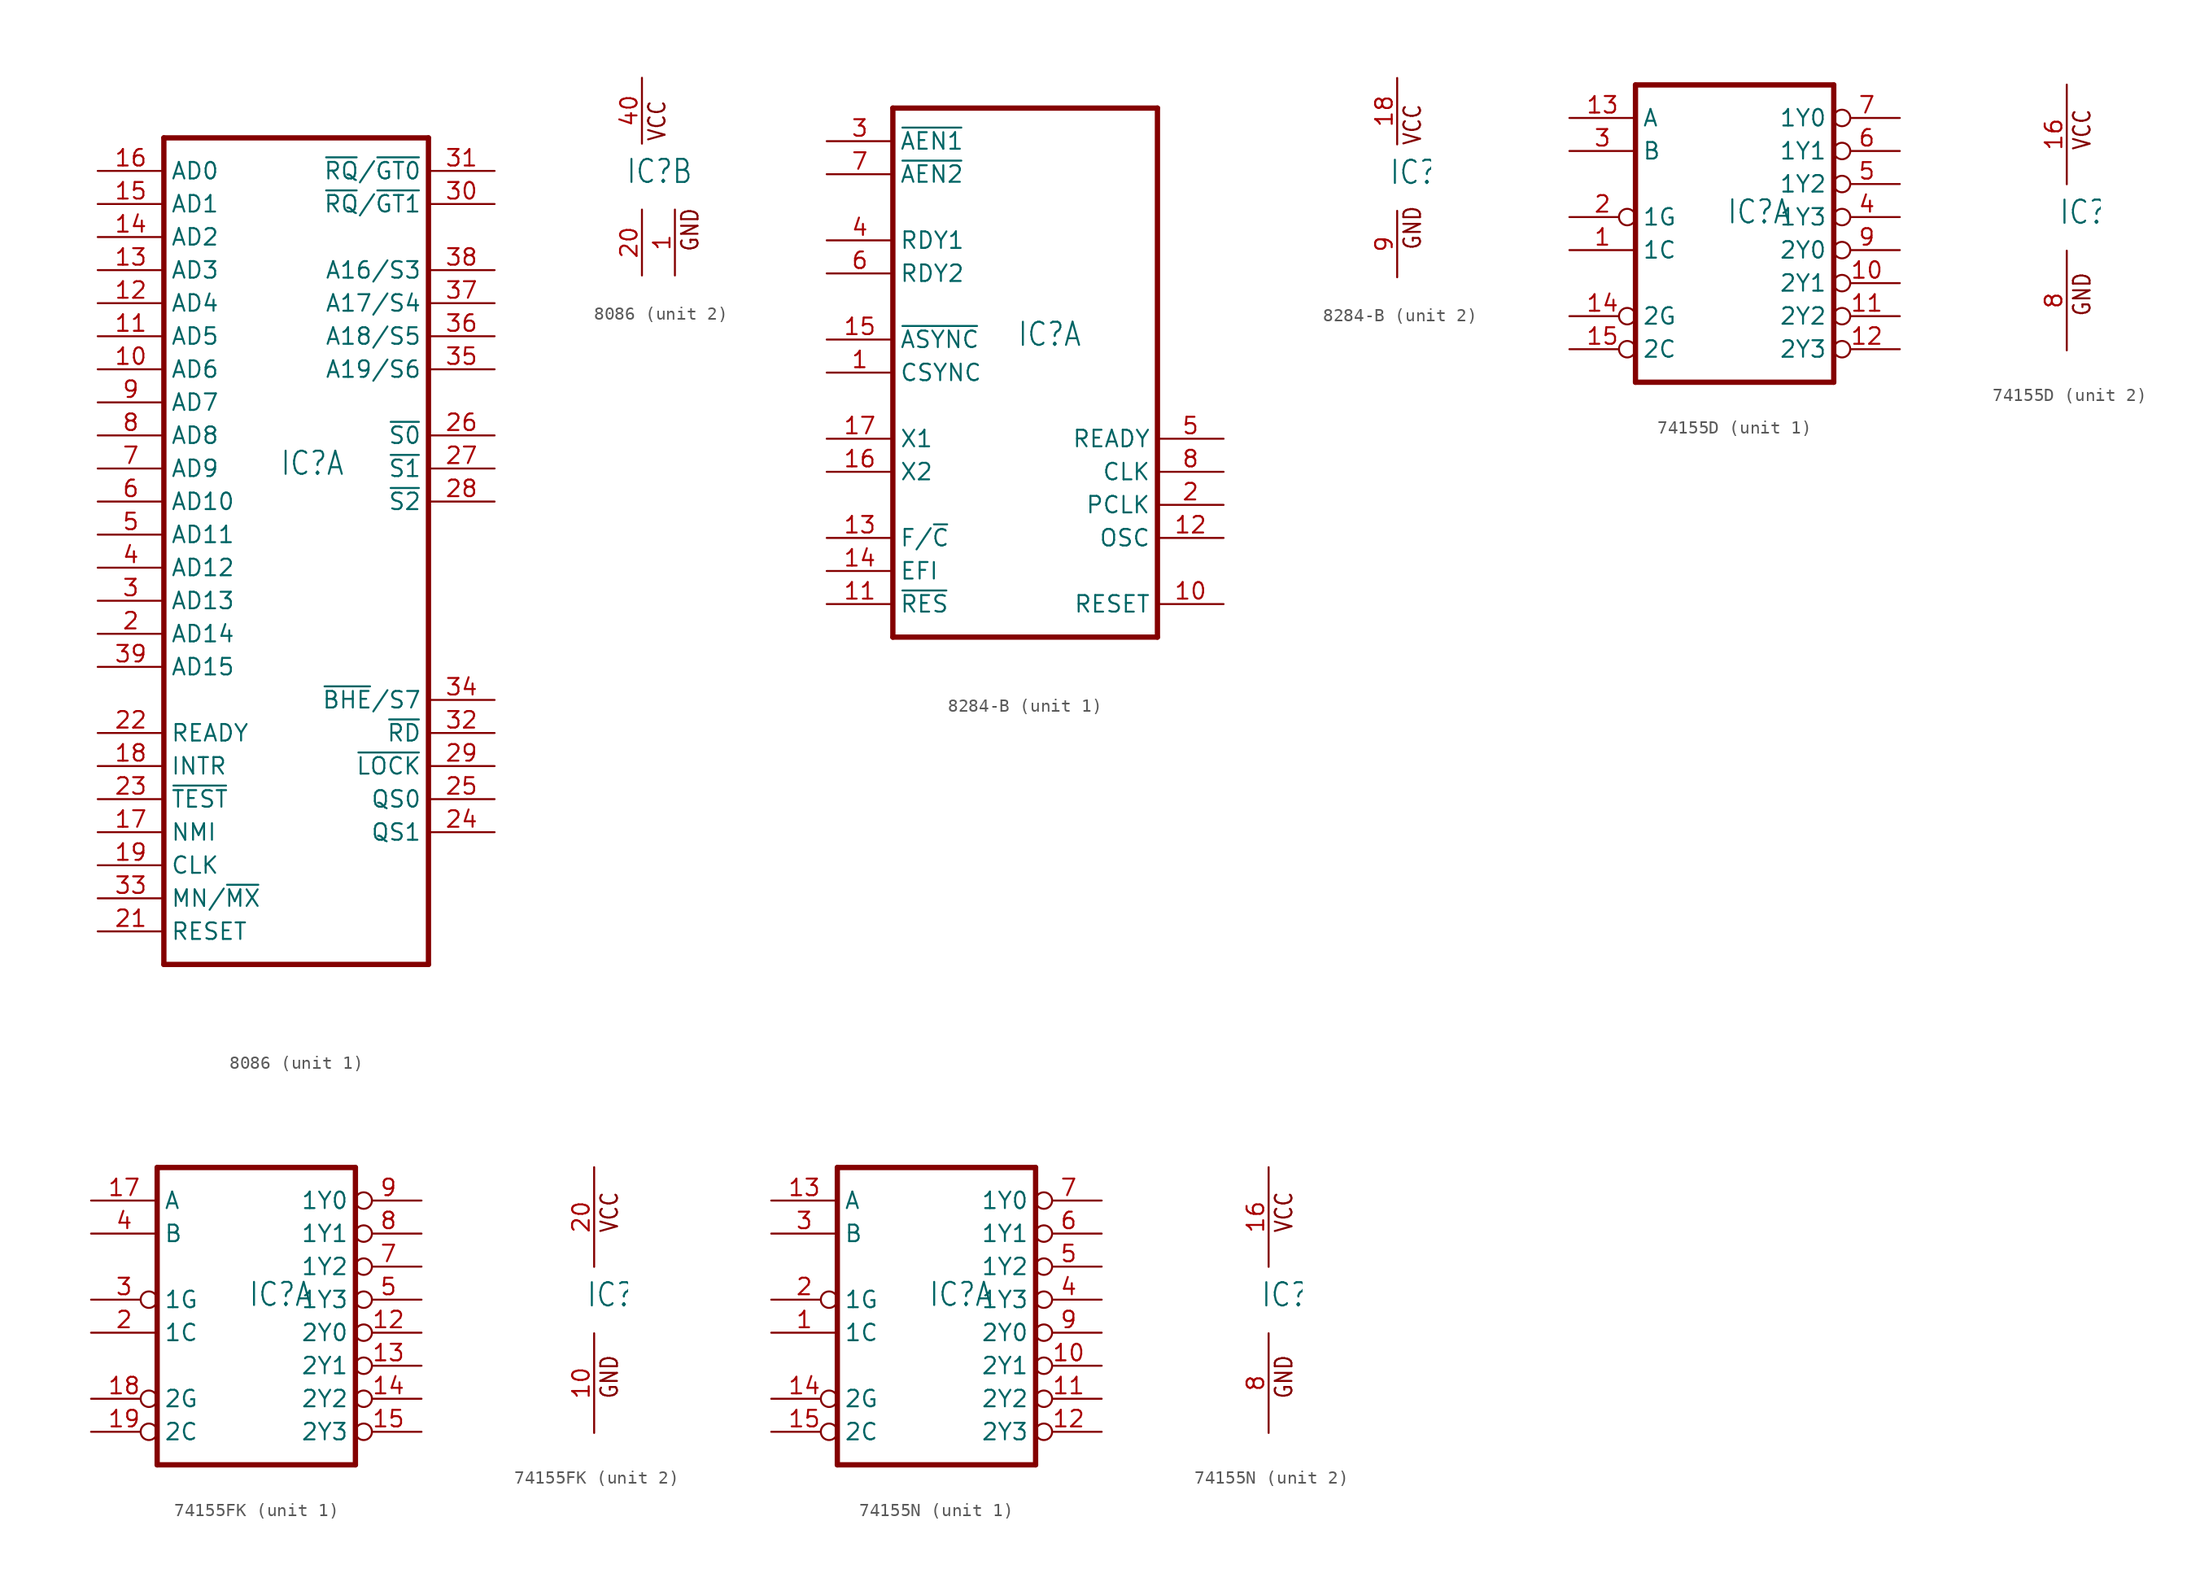
<source format=kicad_sym>
(kicad_symbol_lib
  (version 20231120)
  (generator "kicad_symbol_editor")
  (generator_version "8.0")
  (symbol "8086"
    (property "Reference" "IC"
      (at -1.27 -0.635 0)
      (effects (font (size 1.778 1.511)) (justify left bottom)))
    (property "ki_locked" ""
      (at 0 0 0)
      (effects (font (size 1.27 1.27))))
    (symbol "8086_1_0"
      (polyline (pts (xy -10.16 -38.1) (xy -10.16 25.4)) (stroke (width 0.406) (type solid)) (fill (type none)))
      (polyline (pts (xy -10.16 25.4) (xy 10.16 25.4)) (stroke (width 0.406) (type solid)) (fill (type none)))
      (polyline (pts (xy 10.16 -38.1) (xy -10.16 -38.1)) (stroke (width 0.406) (type solid)) (fill (type none)))
      (polyline (pts (xy 10.16 25.4) (xy 10.16 -38.1)) (stroke (width 0.406) (type solid)) (fill (type none)))
      (pin bidirectional line (at -15.24 7.62 0) (length 5.08) (name "AD6" (effects (font (size 1.27 1.27)))) (number "10" (effects (font (size 1.27 1.27)))))
      (pin bidirectional line (at -15.24 10.16 0) (length 5.08) (name "AD5" (effects (font (size 1.27 1.27)))) (number "11" (effects (font (size 1.27 1.27)))))
      (pin bidirectional line (at -15.24 12.7 0) (length 5.08) (name "AD4" (effects (font (size 1.27 1.27)))) (number "12" (effects (font (size 1.27 1.27)))))
      (pin bidirectional line (at -15.24 15.24 0) (length 5.08) (name "AD3" (effects (font (size 1.27 1.27)))) (number "13" (effects (font (size 1.27 1.27)))))
      (pin bidirectional line (at -15.24 17.78 0) (length 5.08) (name "AD2" (effects (font (size 1.27 1.27)))) (number "14" (effects (font (size 1.27 1.27)))))
      (pin bidirectional line (at -15.24 20.32 0) (length 5.08) (name "AD1" (effects (font (size 1.27 1.27)))) (number "15" (effects (font (size 1.27 1.27)))))
      (pin bidirectional line (at -15.24 22.86 0) (length 5.08) (name "AD0" (effects (font (size 1.27 1.27)))) (number "16" (effects (font (size 1.27 1.27)))))
      (pin input line (at -15.24 -27.94 0) (length 5.08) (name "NMI" (effects (font (size 1.27 1.27)))) (number "17" (effects (font (size 1.27 1.27)))))
      (pin input line (at -15.24 -22.86 0) (length 5.08) (name "INTR" (effects (font (size 1.27 1.27)))) (number "18" (effects (font (size 1.27 1.27)))))
      (pin input line (at -15.24 -30.48 0) (length 5.08) (name "CLK" (effects (font (size 1.27 1.27)))) (number "19" (effects (font (size 1.27 1.27)))))
      (pin bidirectional line (at -15.24 -12.7 0) (length 5.08) (name "AD14" (effects (font (size 1.27 1.27)))) (number "2" (effects (font (size 1.27 1.27)))))
      (pin input line (at -15.24 -35.56 0) (length 5.08) (name "RESET" (effects (font (size 1.27 1.27)))) (number "21" (effects (font (size 1.27 1.27)))))
      (pin input line (at -15.24 -20.32 0) (length 5.08) (name "READY" (effects (font (size 1.27 1.27)))) (number "22" (effects (font (size 1.27 1.27)))))
      (pin input line (at -15.24 -25.4 0) (length 5.08) (name "~{TEST}" (effects (font (size 1.27 1.27)))) (number "23" (effects (font (size 1.27 1.27)))))
      (pin output line (at 15.24 -27.94 180) (length 5.08) (name "QS1" (effects (font (size 1.27 1.27)))) (number "24" (effects (font (size 1.27 1.27)))))
      (pin output line (at 15.24 -25.4 180) (length 5.08) (name "QS0" (effects (font (size 1.27 1.27)))) (number "25" (effects (font (size 1.27 1.27)))))
      (pin output line (at 15.24 2.54 180) (length 5.08) (name "~{S0}" (effects (font (size 1.27 1.27)))) (number "26" (effects (font (size 1.27 1.27)))))
      (pin output line (at 15.24 0 180) (length 5.08) (name "~{S1}" (effects (font (size 1.27 1.27)))) (number "27" (effects (font (size 1.27 1.27)))))
      (pin output line (at 15.24 -2.54 180) (length 5.08) (name "~{S2}" (effects (font (size 1.27 1.27)))) (number "28" (effects (font (size 1.27 1.27)))))
      (pin output line (at 15.24 -22.86 180) (length 5.08) (name "~{LOCK}" (effects (font (size 1.27 1.27)))) (number "29" (effects (font (size 1.27 1.27)))))
      (pin bidirectional line (at -15.24 -10.16 0) (length 5.08) (name "AD13" (effects (font (size 1.27 1.27)))) (number "3" (effects (font (size 1.27 1.27)))))
      (pin bidirectional line (at 15.24 20.32 180) (length 5.08) (name "~{RQ}/~{GT1}" (effects (font (size 1.27 1.27)))) (number "30" (effects (font (size 1.27 1.27)))))
      (pin bidirectional line (at 15.24 22.86 180) (length 5.08) (name "~{RQ}/~{GT0}" (effects (font (size 1.27 1.27)))) (number "31" (effects (font (size 1.27 1.27)))))
      (pin output line (at 15.24 -20.32 180) (length 5.08) (name "~{RD}" (effects (font (size 1.27 1.27)))) (number "32" (effects (font (size 1.27 1.27)))))
      (pin input line (at -15.24 -33.02 0) (length 5.08) (name "MN/~{MX}" (effects (font (size 1.27 1.27)))) (number "33" (effects (font (size 1.27 1.27)))))
      (pin output line (at 15.24 -17.78 180) (length 5.08) (name "~{BHE}/S7" (effects (font (size 1.27 1.27)))) (number "34" (effects (font (size 1.27 1.27)))))
      (pin output line (at 15.24 7.62 180) (length 5.08) (name "A19/S6" (effects (font (size 1.27 1.27)))) (number "35" (effects (font (size 1.27 1.27)))))
      (pin output line (at 15.24 10.16 180) (length 5.08) (name "A18/S5" (effects (font (size 1.27 1.27)))) (number "36" (effects (font (size 1.27 1.27)))))
      (pin output line (at 15.24 12.7 180) (length 5.08) (name "A17/S4" (effects (font (size 1.27 1.27)))) (number "37" (effects (font (size 1.27 1.27)))))
      (pin output line (at 15.24 15.24 180) (length 5.08) (name "A16/S3" (effects (font (size 1.27 1.27)))) (number "38" (effects (font (size 1.27 1.27)))))
      (pin bidirectional line (at -15.24 -15.24 0) (length 5.08) (name "AD15" (effects (font (size 1.27 1.27)))) (number "39" (effects (font (size 1.27 1.27)))))
      (pin bidirectional line (at -15.24 -7.62 0) (length 5.08) (name "AD12" (effects (font (size 1.27 1.27)))) (number "4" (effects (font (size 1.27 1.27)))))
      (pin bidirectional line (at -15.24 -5.08 0) (length 5.08) (name "AD11" (effects (font (size 1.27 1.27)))) (number "5" (effects (font (size 1.27 1.27)))))
      (pin bidirectional line (at -15.24 -2.54 0) (length 5.08) (name "AD10" (effects (font (size 1.27 1.27)))) (number "6" (effects (font (size 1.27 1.27)))))
      (pin bidirectional line (at -15.24 0 0) (length 5.08) (name "AD9" (effects (font (size 1.27 1.27)))) (number "7" (effects (font (size 1.27 1.27)))))
      (pin bidirectional line (at -15.24 2.54 0) (length 5.08) (name "AD8" (effects (font (size 1.27 1.27)))) (number "8" (effects (font (size 1.27 1.27)))))
      (pin bidirectional line (at -15.24 5.08 0) (length 5.08) (name "AD7" (effects (font (size 1.27 1.27)))) (number "9" (effects (font (size 1.27 1.27))))))
    (symbol "8086_2_0"
      (text "GND" (at 4.445 -5.842 900) (effects (font (size 1.27 1.079)) (justify left bottom)))
      (text "VCC" (at 1.905 2.667 900) (effects (font (size 1.27 1.079)) (justify left bottom)))
      (pin power_in line (at 2.54 -7.62 90) (length 5.08) (name "GND@1" (effects (font (size 0 0)))) (number "1" (effects (font (size 1.27 1.27)))))
      (pin power_in line (at 0 -7.62 90) (length 5.08) (name "GND" (effects (font (size 0 0)))) (number "20" (effects (font (size 1.27 1.27)))))
      (pin power_in line (at 0 7.62 270) (length 5.08) (name "VCC" (effects (font (size 0 0)))) (number "40" (effects (font (size 1.27 1.27)))))))
  (symbol "8284-B"
    (property "Reference" "IC"
      (at -0.635 -0.635 0)
      (effects (font (size 1.778 1.511)) (justify left bottom)))
    (property "ki_locked" ""
      (at 0 0 0)
      (effects (font (size 1.27 1.27))))
    (symbol "8284-B_1_0"
      (polyline (pts (xy -10.16 -22.86) (xy 10.16 -22.86)) (stroke (width 0.406) (type solid)) (fill (type none)))
      (polyline (pts (xy -10.16 17.78) (xy -10.16 -22.86)) (stroke (width 0.406) (type solid)) (fill (type none)))
      (polyline (pts (xy 10.16 -22.86) (xy 10.16 17.78)) (stroke (width 0.406) (type solid)) (fill (type none)))
      (polyline (pts (xy 10.16 17.78) (xy -10.16 17.78)) (stroke (width 0.406) (type solid)) (fill (type none)))
      (pin input line (at -15.24 -2.54 0) (length 5.08) (name "CSYNC" (effects (font (size 1.27 1.27)))) (number "1" (effects (font (size 1.27 1.27)))))
      (pin output line (at 15.24 -20.32 180) (length 5.08) (name "RESET" (effects (font (size 1.27 1.27)))) (number "10" (effects (font (size 1.27 1.27)))))
      (pin input line (at -15.24 -20.32 0) (length 5.08) (name "~{RES}" (effects (font (size 1.27 1.27)))) (number "11" (effects (font (size 1.27 1.27)))))
      (pin output line (at 15.24 -15.24 180) (length 5.08) (name "OSC" (effects (font (size 1.27 1.27)))) (number "12" (effects (font (size 1.27 1.27)))))
      (pin input line (at -15.24 -15.24 0) (length 5.08) (name "F/~{C}" (effects (font (size 1.27 1.27)))) (number "13" (effects (font (size 1.27 1.27)))))
      (pin input line (at -15.24 -17.78 0) (length 5.08) (name "EFI" (effects (font (size 1.27 1.27)))) (number "14" (effects (font (size 1.27 1.27)))))
      (pin input line (at -15.24 0 0) (length 5.08) (name "~{ASYNC}" (effects (font (size 1.27 1.27)))) (number "15" (effects (font (size 1.27 1.27)))))
      (pin input line (at -15.24 -10.16 0) (length 5.08) (name "X2" (effects (font (size 1.27 1.27)))) (number "16" (effects (font (size 1.27 1.27)))))
      (pin input line (at -15.24 -7.62 0) (length 5.08) (name "X1" (effects (font (size 1.27 1.27)))) (number "17" (effects (font (size 1.27 1.27)))))
      (pin output line (at 15.24 -12.7 180) (length 5.08) (name "PCLK" (effects (font (size 1.27 1.27)))) (number "2" (effects (font (size 1.27 1.27)))))
      (pin input line (at -15.24 15.24 0) (length 5.08) (name "~{AEN1}" (effects (font (size 1.27 1.27)))) (number "3" (effects (font (size 1.27 1.27)))))
      (pin input line (at -15.24 7.62 0) (length 5.08) (name "RDY1" (effects (font (size 1.27 1.27)))) (number "4" (effects (font (size 1.27 1.27)))))
      (pin output line (at 15.24 -7.62 180) (length 5.08) (name "READY" (effects (font (size 1.27 1.27)))) (number "5" (effects (font (size 1.27 1.27)))))
      (pin input line (at -15.24 5.08 0) (length 5.08) (name "RDY2" (effects (font (size 1.27 1.27)))) (number "6" (effects (font (size 1.27 1.27)))))
      (pin input line (at -15.24 12.7 0) (length 5.08) (name "~{AEN2}" (effects (font (size 1.27 1.27)))) (number "7" (effects (font (size 1.27 1.27)))))
      (pin output line (at 15.24 -10.16 180) (length 5.08) (name "CLK" (effects (font (size 1.27 1.27)))) (number "8" (effects (font (size 1.27 1.27))))))
    (symbol "8284-B_2_0"
      (text "GND" (at 1.905 -5.588 900) (effects (font (size 1.27 1.079)) (justify left bottom)))
      (text "VCC" (at 1.905 2.413 900) (effects (font (size 1.27 1.079)) (justify left bottom)))
      (pin power_in line (at 0 7.62 270) (length 5.08) (name "VCC" (effects (font (size 0 0)))) (number "18" (effects (font (size 1.27 1.27)))))
      (pin power_in line (at 0 -7.62 90) (length 5.08) (name "GND" (effects (font (size 0 0)))) (number "9" (effects (font (size 1.27 1.27)))))))
  (symbol "74155D"
    (property "Reference" "IC"
      (at -0.635 -0.635 0)
      (effects (font (size 1.778 1.511)) (justify left bottom)))
    (property "ki_locked" ""
      (at 0 0 0)
      (effects (font (size 1.27 1.27))))
    (symbol "74155D_1_0"
      (polyline (pts (xy -7.62 -12.7) (xy 7.62 -12.7)) (stroke (width 0.406) (type solid)) (fill (type none)))
      (polyline (pts (xy -7.62 10.16) (xy -7.62 -12.7)) (stroke (width 0.406) (type solid)) (fill (type none)))
      (polyline (pts (xy 7.62 -12.7) (xy 7.62 10.16)) (stroke (width 0.406) (type solid)) (fill (type none)))
      (polyline (pts (xy 7.62 10.16) (xy -7.62 10.16)) (stroke (width 0.406) (type solid)) (fill (type none)))
      (pin input line (at -12.7 -2.54 0) (length 5.08) (name "1C" (effects (font (size 1.27 1.27)))) (number "1" (effects (font (size 1.27 1.27)))))
      (pin output inverted (at 12.7 -5.08 180) (length 5.08) (name "2Y1" (effects (font (size 1.27 1.27)))) (number "10" (effects (font (size 1.27 1.27)))))
      (pin output inverted (at 12.7 -7.62 180) (length 5.08) (name "2Y2" (effects (font (size 1.27 1.27)))) (number "11" (effects (font (size 1.27 1.27)))))
      (pin output inverted (at 12.7 -10.16 180) (length 5.08) (name "2Y3" (effects (font (size 1.27 1.27)))) (number "12" (effects (font (size 1.27 1.27)))))
      (pin input line (at -12.7 7.62 0) (length 5.08) (name "A" (effects (font (size 1.27 1.27)))) (number "13" (effects (font (size 1.27 1.27)))))
      (pin input inverted (at -12.7 -7.62 0) (length 5.08) (name "2G" (effects (font (size 1.27 1.27)))) (number "14" (effects (font (size 1.27 1.27)))))
      (pin input inverted (at -12.7 -10.16 0) (length 5.08) (name "2C" (effects (font (size 1.27 1.27)))) (number "15" (effects (font (size 1.27 1.27)))))
      (pin input inverted (at -12.7 0 0) (length 5.08) (name "1G" (effects (font (size 1.27 1.27)))) (number "2" (effects (font (size 1.27 1.27)))))
      (pin input line (at -12.7 5.08 0) (length 5.08) (name "B" (effects (font (size 1.27 1.27)))) (number "3" (effects (font (size 1.27 1.27)))))
      (pin output inverted (at 12.7 0 180) (length 5.08) (name "1Y3" (effects (font (size 1.27 1.27)))) (number "4" (effects (font (size 1.27 1.27)))))
      (pin output inverted (at 12.7 2.54 180) (length 5.08) (name "1Y2" (effects (font (size 1.27 1.27)))) (number "5" (effects (font (size 1.27 1.27)))))
      (pin output inverted (at 12.7 5.08 180) (length 5.08) (name "1Y1" (effects (font (size 1.27 1.27)))) (number "6" (effects (font (size 1.27 1.27)))))
      (pin output inverted (at 12.7 7.62 180) (length 5.08) (name "1Y0" (effects (font (size 1.27 1.27)))) (number "7" (effects (font (size 1.27 1.27)))))
      (pin output inverted (at 12.7 -2.54 180) (length 5.08) (name "2Y0" (effects (font (size 1.27 1.27)))) (number "9" (effects (font (size 1.27 1.27))))))
    (symbol "74155D_2_0"
      (text "GND" (at 1.905 -7.62 900) (effects (font (size 1.27 1.079)) (justify left bottom)))
      (text "VCC" (at 1.905 5.08 900) (effects (font (size 1.27 1.079)) (justify left bottom)))
      (pin power_in line (at 0 10.16 270) (length 7.62) (name "VCC" (effects (font (size 0 0)))) (number "16" (effects (font (size 1.27 1.27)))))
      (pin power_in line (at 0 -10.16 90) (length 7.62) (name "GND" (effects (font (size 0 0)))) (number "8" (effects (font (size 1.27 1.27)))))))
  (symbol "74155FK"
    (property "Reference" "IC"
      (at -0.635 -0.635 0)
      (effects (font (size 1.778 1.511)) (justify left bottom)))
    (property "ki_locked" ""
      (at 0 0 0)
      (effects (font (size 1.27 1.27))))
    (symbol "74155FK_1_0"
      (polyline (pts (xy -7.62 -12.7) (xy 7.62 -12.7)) (stroke (width 0.406) (type solid)) (fill (type none)))
      (polyline (pts (xy -7.62 10.16) (xy -7.62 -12.7)) (stroke (width 0.406) (type solid)) (fill (type none)))
      (polyline (pts (xy 7.62 -12.7) (xy 7.62 10.16)) (stroke (width 0.406) (type solid)) (fill (type none)))
      (polyline (pts (xy 7.62 10.16) (xy -7.62 10.16)) (stroke (width 0.406) (type solid)) (fill (type none)))
      (pin output inverted (at 12.7 -2.54 180) (length 5.08) (name "2Y0" (effects (font (size 1.27 1.27)))) (number "12" (effects (font (size 1.27 1.27)))))
      (pin output inverted (at 12.7 -5.08 180) (length 5.08) (name "2Y1" (effects (font (size 1.27 1.27)))) (number "13" (effects (font (size 1.27 1.27)))))
      (pin output inverted (at 12.7 -7.62 180) (length 5.08) (name "2Y2" (effects (font (size 1.27 1.27)))) (number "14" (effects (font (size 1.27 1.27)))))
      (pin output inverted (at 12.7 -10.16 180) (length 5.08) (name "2Y3" (effects (font (size 1.27 1.27)))) (number "15" (effects (font (size 1.27 1.27)))))
      (pin input line (at -12.7 7.62 0) (length 5.08) (name "A" (effects (font (size 1.27 1.27)))) (number "17" (effects (font (size 1.27 1.27)))))
      (pin input inverted (at -12.7 -7.62 0) (length 5.08) (name "2G" (effects (font (size 1.27 1.27)))) (number "18" (effects (font (size 1.27 1.27)))))
      (pin input inverted (at -12.7 -10.16 0) (length 5.08) (name "2C" (effects (font (size 1.27 1.27)))) (number "19" (effects (font (size 1.27 1.27)))))
      (pin input line (at -12.7 -2.54 0) (length 5.08) (name "1C" (effects (font (size 1.27 1.27)))) (number "2" (effects (font (size 1.27 1.27)))))
      (pin input inverted (at -12.7 0 0) (length 5.08) (name "1G" (effects (font (size 1.27 1.27)))) (number "3" (effects (font (size 1.27 1.27)))))
      (pin input line (at -12.7 5.08 0) (length 5.08) (name "B" (effects (font (size 1.27 1.27)))) (number "4" (effects (font (size 1.27 1.27)))))
      (pin output inverted (at 12.7 0 180) (length 5.08) (name "1Y3" (effects (font (size 1.27 1.27)))) (number "5" (effects (font (size 1.27 1.27)))))
      (pin output inverted (at 12.7 2.54 180) (length 5.08) (name "1Y2" (effects (font (size 1.27 1.27)))) (number "7" (effects (font (size 1.27 1.27)))))
      (pin output inverted (at 12.7 5.08 180) (length 5.08) (name "1Y1" (effects (font (size 1.27 1.27)))) (number "8" (effects (font (size 1.27 1.27)))))
      (pin output inverted (at 12.7 7.62 180) (length 5.08) (name "1Y0" (effects (font (size 1.27 1.27)))) (number "9" (effects (font (size 1.27 1.27))))))
    (symbol "74155FK_2_0"
      (text "GND" (at 1.905 -7.62 900) (effects (font (size 1.27 1.079)) (justify left bottom)))
      (text "VCC" (at 1.905 5.08 900) (effects (font (size 1.27 1.079)) (justify left bottom)))
      (pin power_in line (at 0 -10.16 90) (length 7.62) (name "GND" (effects (font (size 0 0)))) (number "10" (effects (font (size 1.27 1.27)))))
      (pin power_in line (at 0 10.16 270) (length 7.62) (name "VCC" (effects (font (size 0 0)))) (number "20" (effects (font (size 1.27 1.27)))))))
  (symbol "74155N"
    (property "Reference" "IC"
      (at -0.635 -0.635 0)
      (effects (font (size 1.778 1.511)) (justify left bottom)))
    (property "ki_locked" ""
      (at 0 0 0)
      (effects (font (size 1.27 1.27))))
    (symbol "74155N_1_0"
      (polyline (pts (xy -7.62 -12.7) (xy 7.62 -12.7)) (stroke (width 0.406) (type solid)) (fill (type none)))
      (polyline (pts (xy -7.62 10.16) (xy -7.62 -12.7)) (stroke (width 0.406) (type solid)) (fill (type none)))
      (polyline (pts (xy 7.62 -12.7) (xy 7.62 10.16)) (stroke (width 0.406) (type solid)) (fill (type none)))
      (polyline (pts (xy 7.62 10.16) (xy -7.62 10.16)) (stroke (width 0.406) (type solid)) (fill (type none)))
      (pin input line (at -12.7 -2.54 0) (length 5.08) (name "1C" (effects (font (size 1.27 1.27)))) (number "1" (effects (font (size 1.27 1.27)))))
      (pin output inverted (at 12.7 -5.08 180) (length 5.08) (name "2Y1" (effects (font (size 1.27 1.27)))) (number "10" (effects (font (size 1.27 1.27)))))
      (pin output inverted (at 12.7 -7.62 180) (length 5.08) (name "2Y2" (effects (font (size 1.27 1.27)))) (number "11" (effects (font (size 1.27 1.27)))))
      (pin output inverted (at 12.7 -10.16 180) (length 5.08) (name "2Y3" (effects (font (size 1.27 1.27)))) (number "12" (effects (font (size 1.27 1.27)))))
      (pin input line (at -12.7 7.62 0) (length 5.08) (name "A" (effects (font (size 1.27 1.27)))) (number "13" (effects (font (size 1.27 1.27)))))
      (pin input inverted (at -12.7 -7.62 0) (length 5.08) (name "2G" (effects (font (size 1.27 1.27)))) (number "14" (effects (font (size 1.27 1.27)))))
      (pin input inverted (at -12.7 -10.16 0) (length 5.08) (name "2C" (effects (font (size 1.27 1.27)))) (number "15" (effects (font (size 1.27 1.27)))))
      (pin input inverted (at -12.7 0 0) (length 5.08) (name "1G" (effects (font (size 1.27 1.27)))) (number "2" (effects (font (size 1.27 1.27)))))
      (pin input line (at -12.7 5.08 0) (length 5.08) (name "B" (effects (font (size 1.27 1.27)))) (number "3" (effects (font (size 1.27 1.27)))))
      (pin output inverted (at 12.7 0 180) (length 5.08) (name "1Y3" (effects (font (size 1.27 1.27)))) (number "4" (effects (font (size 1.27 1.27)))))
      (pin output inverted (at 12.7 2.54 180) (length 5.08) (name "1Y2" (effects (font (size 1.27 1.27)))) (number "5" (effects (font (size 1.27 1.27)))))
      (pin output inverted (at 12.7 5.08 180) (length 5.08) (name "1Y1" (effects (font (size 1.27 1.27)))) (number "6" (effects (font (size 1.27 1.27)))))
      (pin output inverted (at 12.7 7.62 180) (length 5.08) (name "1Y0" (effects (font (size 1.27 1.27)))) (number "7" (effects (font (size 1.27 1.27)))))
      (pin output inverted (at 12.7 -2.54 180) (length 5.08) (name "2Y0" (effects (font (size 1.27 1.27)))) (number "9" (effects (font (size 1.27 1.27))))))
    (symbol "74155N_2_0"
      (text "GND" (at 1.905 -7.62 900) (effects (font (size 1.27 1.079)) (justify left bottom)))
      (text "VCC" (at 1.905 5.08 900) (effects (font (size 1.27 1.079)) (justify left bottom)))
      (pin power_in line (at 0 10.16 270) (length 7.62) (name "VCC" (effects (font (size 0 0)))) (number "16" (effects (font (size 1.27 1.27)))))
      (pin power_in line (at 0 -10.16 90) (length 7.62) (name "GND" (effects (font (size 0 0)))) (number "8" (effects (font (size 1.27 1.27))))))))
</source>
